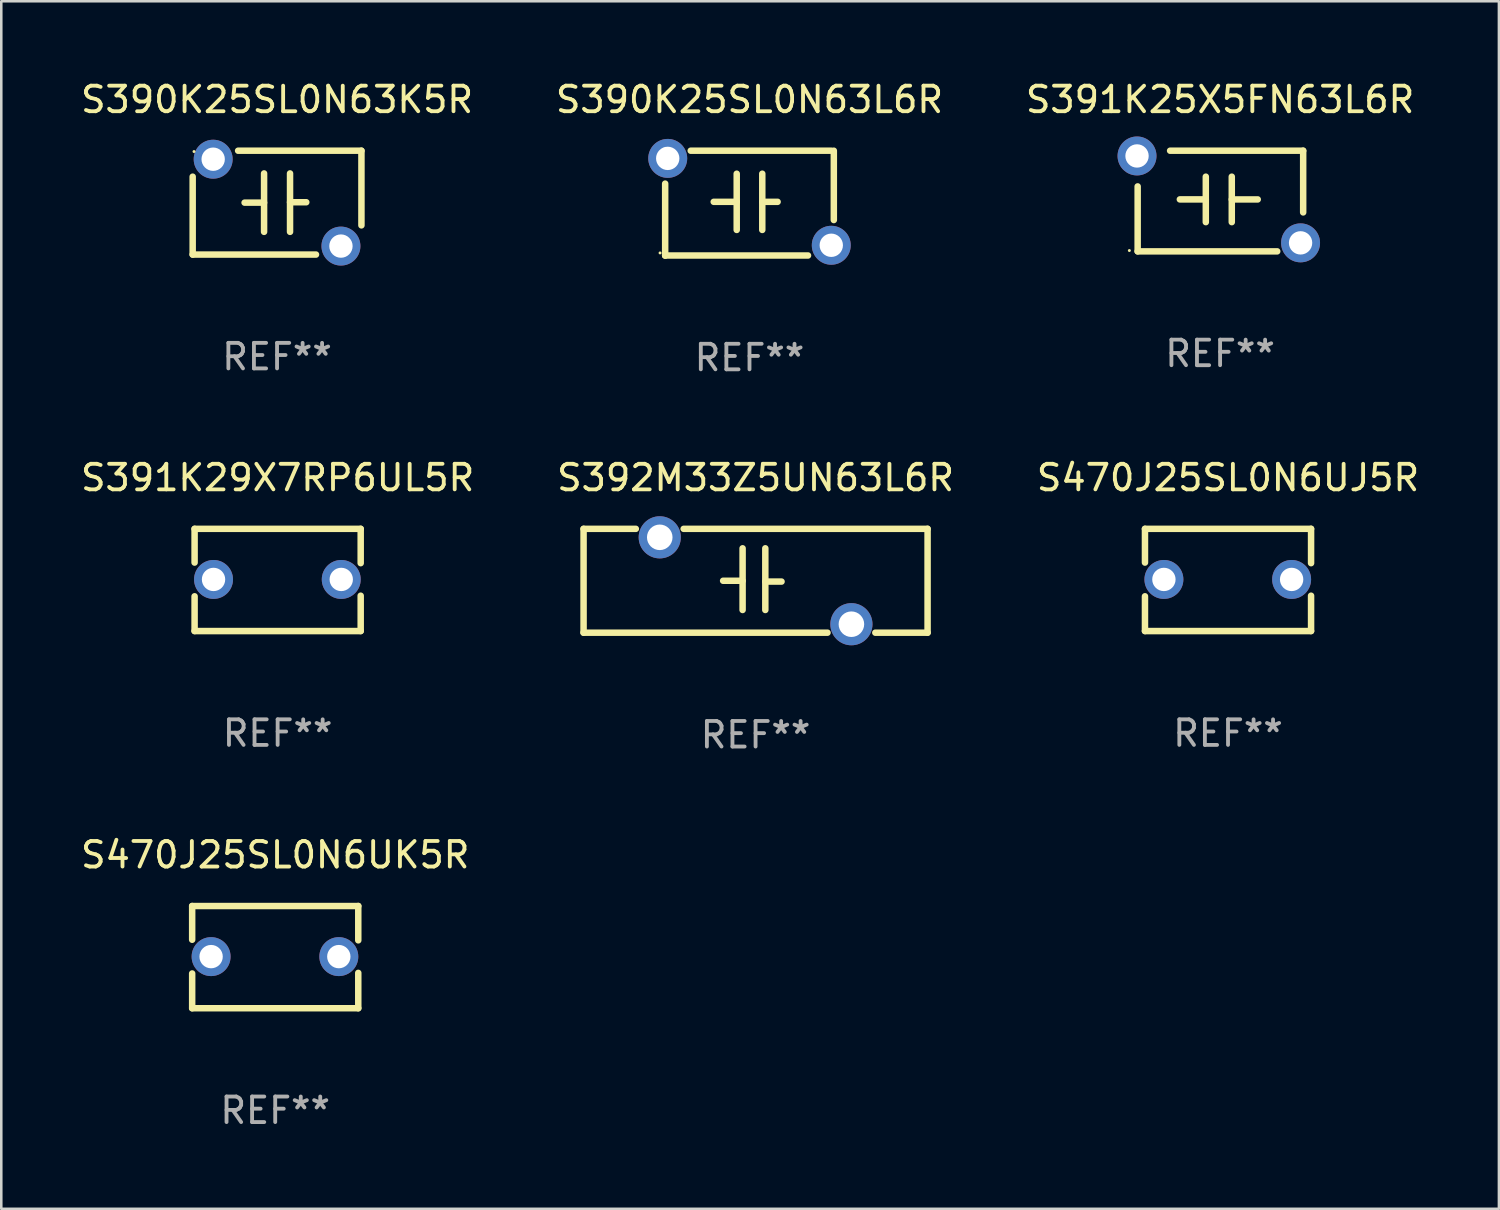
<source format=kicad_pcb>
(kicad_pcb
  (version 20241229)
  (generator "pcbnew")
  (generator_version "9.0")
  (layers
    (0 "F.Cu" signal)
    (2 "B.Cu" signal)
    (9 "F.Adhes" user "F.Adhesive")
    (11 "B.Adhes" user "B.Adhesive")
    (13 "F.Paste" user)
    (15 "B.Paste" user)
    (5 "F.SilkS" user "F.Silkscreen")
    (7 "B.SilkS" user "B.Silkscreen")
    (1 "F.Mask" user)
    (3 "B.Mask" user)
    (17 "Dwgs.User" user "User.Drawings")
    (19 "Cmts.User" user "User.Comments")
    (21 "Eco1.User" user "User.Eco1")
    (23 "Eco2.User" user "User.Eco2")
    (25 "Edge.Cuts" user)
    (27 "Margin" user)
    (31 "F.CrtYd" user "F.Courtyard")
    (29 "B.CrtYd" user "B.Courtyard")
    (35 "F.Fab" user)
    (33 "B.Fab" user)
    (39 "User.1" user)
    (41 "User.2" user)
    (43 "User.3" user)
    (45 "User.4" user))
  (footprint "S390K25SL0N63L6R"
    (layer "F.Cu")
    (at 26.28 4.898)
    (property "Reference" "S390K25SL0N63L6R" (at 0 -4.05 0) (layer "F.SilkS") (effects (font (size 1 1) (thickness 0.15))))
    (attr through_hole)
    (fp_line (start -3.3 2.05) (end -3.3 -0.762) (stroke (width 0.254) (type solid)) (layer "F.SilkS"))
    (fp_line (start -3.3 2.05) (end -3.3 2.05) (stroke (width 0.254) (type solid)) (layer "F.SilkS"))
    (fp_line (start -3.2 -2.05) (end -3.3 -2.05) (stroke (width 0.254) (type solid)) (layer "F.SilkS"))
    (fp_line (start -2.3 -2.05) (end 3.2 -2.05) (stroke (width 0.254) (type solid)) (layer "F.SilkS"))
    (fp_line (start -1.4 -0.05) (end -0.5 -0.05) (stroke (width 0.254) (type solid)) (layer "F.SilkS"))
    (fp_line (start -0.5 -1.15) (end -0.5 1.05) (stroke (width 0.254) (type solid)) (layer "F.SilkS"))
    (fp_line (start 0.5 -1.15) (end 0.5 1.05) (stroke (width 0.254) (type solid)) (layer "F.SilkS"))
    (fp_line (start 1.1 -0.05) (end 0.5 -0.05) (stroke (width 0.254) (type solid)) (layer "F.SilkS"))
    (fp_line (start 2.29 2.05) (end -3.3 2.05) (stroke (width 0.254) (type solid)) (layer "F.SilkS"))
    (fp_line (start 3.3 -2.05) (end 3.3 0.662) (stroke (width 0.254) (type solid)) (layer "F.SilkS"))
    (fp_circle (center -3.5 1.95) (end -3.47 1.95) (stroke (width 0.06) (type solid)) (fill no) (layer "F.SilkS"))
    (fp_text user "REF**" (at 0 6.05 0) (layer "F.Fab") (effects (font (size 1 1) (thickness 0.15))))
    (pad "1" thru_hole circle (at -3.2 -1.75) (size 1.524 1.524) (drill 0.914) (layers "*.Cu" "*.Mask"))
    (pad "2" thru_hole circle (at 3.2 1.65) (size 1.524 1.524) (drill 0.914) (layers "*.Cu" "*.Mask")))
  (footprint "S391K29X7RP6UL5R"
    (layer "F.Cu")
    (at 7.815 19.645)
    (property "Reference" "S391K29X7RP6UL5R" (at 0 -4 0) (layer "F.SilkS") (effects (font (size 1 1) (thickness 0.15))))
    (attr through_hole)
    (fp_line (start -3.25 -2) (end -3.25 -0.68) (stroke (width 0.254) (type solid)) (layer "F.SilkS"))
    (fp_line (start -3.25 -2) (end 3.25 -2) (stroke (width 0.254) (type solid)) (layer "F.SilkS"))
    (fp_line (start -3.25 0.64) (end -3.25 2) (stroke (width 0.254) (type solid)) (layer "F.SilkS"))
    (fp_line (start 3.25 -2) (end 3.25 -0.657) (stroke (width 0.254) (type solid)) (layer "F.SilkS"))
    (fp_line (start 3.25 0.617) (end 3.25 2) (stroke (width 0.254) (type solid)) (layer "F.SilkS"))
    (fp_line (start 3.25 2) (end -3.25 2) (stroke (width 0.254) (type solid)) (layer "F.SilkS"))
    (fp_circle (center -3.26 1.98) (end -3.23 1.98) (stroke (width 0.06) (type solid)) (fill no) (layer "F.SilkS"))
    (fp_text user "REF**" (at 0 6 0) (layer "F.Fab") (effects (font (size 1 1) (thickness 0.15))))
    (pad "1" thru_hole circle (at -2.509 -0.02) (size 1.524 1.524) (drill 0.914) (layers "*.Cu" "*.Mask"))
    (pad "2" thru_hole circle (at 2.489 -0.02) (size 1.524 1.524) (drill 0.914) (layers "*.Cu" "*.Mask")))
  (footprint "S470J25SL0N6UK5R"
    (layer "F.Cu")
    (at 7.72 34.405)
    (property "Reference" "S470J25SL0N6UK5R" (at 0 -4 0) (layer "F.SilkS") (effects (font (size 1 1) (thickness 0.15))))
    (attr through_hole)
    (fp_line (start -3.25 -2) (end -3.25 -0.68) (stroke (width 0.254) (type solid)) (layer "F.SilkS"))
    (fp_line (start -3.25 -2) (end 3.25 -2) (stroke (width 0.254) (type solid)) (layer "F.SilkS"))
    (fp_line (start -3.25 0.64) (end -3.25 2) (stroke (width 0.254) (type solid)) (layer "F.SilkS"))
    (fp_line (start 3.25 -2) (end 3.25 -0.657) (stroke (width 0.254) (type solid)) (layer "F.SilkS"))
    (fp_line (start 3.25 0.617) (end 3.25 2) (stroke (width 0.254) (type solid)) (layer "F.SilkS"))
    (fp_line (start 3.25 2) (end -3.25 2) (stroke (width 0.254) (type solid)) (layer "F.SilkS"))
    (fp_circle (center -3.26 1.98) (end -3.23 1.98) (stroke (width 0.06) (type solid)) (fill no) (layer "F.SilkS"))
    (fp_text user "REF**" (at 0 6 0) (layer "F.Fab") (effects (font (size 1 1) (thickness 0.15))))
    (pad "1" thru_hole circle (at -2.509 -0.02) (size 1.524 1.524) (drill 0.914) (layers "*.Cu" "*.Mask"))
    (pad "2" thru_hole circle (at 2.489 -0.02) (size 1.524 1.524) (drill 0.914) (layers "*.Cu" "*.Mask")))
  (footprint "S391K25X5FN63L6R"
    (layer "F.Cu")
    (at 44.696 4.817)
    (property "Reference" "S391K25X5FN63L6R" (at 0 -3.969 0) (layer "F.SilkS") (effects (font (size 1 1) (thickness 0.15))))
    (attr through_hole)
    (fp_line (start -3.226 1.969) (end -3.226 -0.572) (stroke (width 0.254) (type solid)) (layer "F.SilkS"))
    (fp_line (start -0.559 -0.064) (end -1.575 -0.064) (stroke (width 0.254) (type solid)) (layer "F.SilkS"))
    (fp_line (start -0.559 0.826) (end -0.559 -0.953) (stroke (width 0.254) (type solid)) (layer "F.SilkS"))
    (fp_line (start 0.457 -0.953) (end 0.457 0.826) (stroke (width 0.254) (type solid)) (layer "F.SilkS"))
    (fp_line (start 0.457 -0.063) (end 1.473 -0.063) (stroke (width 0.254) (type solid)) (layer "F.SilkS"))
    (fp_line (start 2.235 1.969) (end -3.226 1.969) (stroke (width 0.254) (type solid)) (layer "F.SilkS"))
    (fp_line (start 3.251 -1.969) (end -1.956 -1.969) (stroke (width 0.254) (type solid)) (layer "F.SilkS"))
    (fp_line (start 3.251 -1.969) (end 3.251 0.445) (stroke (width 0.254) (type solid)) (layer "F.SilkS"))
    (fp_circle (center -3.551 1.937) (end -3.521 1.937) (stroke (width 0.06) (type solid)) (fill no) (layer "F.SilkS"))
    (fp_text user "REF**" (at 0 5.969 0) (layer "F.Fab") (effects (font (size 1 1) (thickness 0.15))))
    (pad "1" thru_hole circle (at -3.251 -1.764) (size 1.524 1.524) (drill 0.914) (layers "*.Cu" "*.Mask"))
    (pad "2" thru_hole circle (at 3.149 1.637) (size 1.524 1.524) (drill 0.914) (layers "*.Cu" "*.Mask")))
  (footprint "S470J25SL0N6UJ5R"
    (layer "F.Cu")
    (at 45.006 19.645)
    (property "Reference" "S470J25SL0N6UJ5R" (at 0 -4 0) (layer "F.SilkS") (effects (font (size 1 1) (thickness 0.15))))
    (attr through_hole)
    (fp_line (start -3.25 -2) (end -3.25 -0.68) (stroke (width 0.254) (type solid)) (layer "F.SilkS"))
    (fp_line (start -3.25 -2) (end 3.25 -2) (stroke (width 0.254) (type solid)) (layer "F.SilkS"))
    (fp_line (start -3.25 0.64) (end -3.25 2) (stroke (width 0.254) (type solid)) (layer "F.SilkS"))
    (fp_line (start 3.25 -2) (end 3.25 -0.657) (stroke (width 0.254) (type solid)) (layer "F.SilkS"))
    (fp_line (start 3.25 0.617) (end 3.25 2) (stroke (width 0.254) (type solid)) (layer "F.SilkS"))
    (fp_line (start 3.25 2) (end -3.25 2) (stroke (width 0.254) (type solid)) (layer "F.SilkS"))
    (fp_circle (center -3.26 1.98) (end -3.23 1.98) (stroke (width 0.06) (type solid)) (fill no) (layer "F.SilkS"))
    (fp_text user "REF**" (at 0 6 0) (layer "F.Fab") (effects (font (size 1 1) (thickness 0.15))))
    (pad "1" thru_hole circle (at -2.509 -0.02) (size 1.524 1.524) (drill 0.914) (layers "*.Cu" "*.Mask"))
    (pad "2" thru_hole circle (at 2.489 -0.02) (size 1.524 1.524) (drill 0.914) (layers "*.Cu" "*.Mask")))
  (footprint "S392M33Z5UN63L6R"
    (layer "F.Cu")
    (at 26.518 19.677)
    (property "Reference" "S392M33Z5UN63L6R" (at 0 -4.032 0) (layer "F.SilkS") (effects (font (size 1 1) (thickness 0.15))))
    (attr through_hole)
    (fp_line (start -6.731 -2.032) (end -4.686 -2.032) (stroke (width 0.254) (type solid)) (layer "F.SilkS"))
    (fp_line (start -6.731 2.032) (end -6.731 -2.032) (stroke (width 0.254) (type solid)) (layer "F.SilkS"))
    (fp_line (start -2.814 -2.032) (end 6.731 -2.032) (stroke (width 0.254) (type solid)) (layer "F.SilkS"))
    (fp_line (start -1.27 0) (end -0.508 0) (stroke (width 0.254) (type solid)) (layer "F.SilkS"))
    (fp_line (start -0.508 1.143) (end -0.508 -1.27) (stroke (width 0.254) (type solid)) (layer "F.SilkS"))
    (fp_line (start 0.381 0.032) (end 1.016 0.032) (stroke (width 0.254) (type solid)) (layer "F.SilkS"))
    (fp_line (start 0.381 1.143) (end 0.381 -1.27) (stroke (width 0.254) (type solid)) (layer "F.SilkS"))
    (fp_line (start 2.814 2.032) (end -6.731 2.032) (stroke (width 0.254) (type solid)) (layer "F.SilkS"))
    (fp_line (start 6.731 -2.032) (end 6.731 2.032) (stroke (width 0.254) (type solid)) (layer "F.SilkS"))
    (fp_line (start 6.731 2.032) (end 4.686 2.032) (stroke (width 0.254) (type solid)) (layer "F.SilkS"))
    (fp_circle (center -6.75 -2) (end -6.72 -2) (stroke (width 0.06) (type solid)) (fill no) (layer "F.SilkS"))
    (fp_text user "REF**" (at 0 6.032 0) (layer "F.Fab") (effects (font (size 1 1) (thickness 0.15))))
    (pad "1" thru_hole circle (at -3.75 -1.7) (size 1.65 1.65) (drill 1) (layers "*.Cu" "*.Mask"))
    (pad "2" thru_hole circle (at 3.75 1.7) (size 1.65 1.65) (drill 1) (layers "*.Cu" "*.Mask")))
  (footprint "S390K25SL0N63K5R"
    (layer "F.Cu")
    (at 7.792 4.88)
    (property "Reference" "S390K25SL0N63K5R" (at 0 -4.032 0) (layer "F.SilkS") (effects (font (size 1 1) (thickness 0.15))))
    (attr through_hole)
    (fp_line (start -3.302 2.032) (end -3.302 -1.016) (stroke (width 0.254) (type solid)) (layer "F.SilkS"))
    (fp_line (start -3.302 2.032) (end 1.524 2.032) (stroke (width 0.254) (type solid)) (layer "F.SilkS"))
    (fp_line (start -1.524 -2.032) (end 3.302 -2.032) (stroke (width 0.254) (type solid)) (layer "F.SilkS"))
    (fp_line (start -1.27 0) (end -0.508 0) (stroke (width 0.254) (type solid)) (layer "F.SilkS"))
    (fp_line (start -0.508 1.143) (end -0.508 -1.143) (stroke (width 0.254) (type solid)) (layer "F.SilkS"))
    (fp_line (start 0.508 -0.016) (end 1.143 -0.016) (stroke (width 0.254) (type solid)) (layer "F.SilkS"))
    (fp_line (start 0.508 1.143) (end 0.508 -1.143) (stroke (width 0.254) (type solid)) (layer "F.SilkS"))
    (fp_line (start 3.302 -2.032) (end 3.302 0.889) (stroke (width 0.254) (type solid)) (layer "F.SilkS"))
    (fp_circle (center -3.25 -2) (end -3.22 -2) (stroke (width 0.06) (type solid)) (fill no) (layer "F.SilkS"))
    (fp_text user "REF**" (at 0 6.032 0) (layer "F.Fab") (effects (font (size 1 1) (thickness 0.15))))
    (pad "1" thru_hole circle (at -2.5 -1.7) (size 1.524 1.524) (drill 0.914) (layers "*.Cu" "*.Mask"))
    (pad "2" thru_hole circle (at 2.5 1.7) (size 1.524 1.524) (drill 0.914) (layers "*.Cu" "*.Mask")))
  (gr_rect
    (start -3 -3)
    (end 55.607 44.254)
    (stroke (width 0.1) (type default))
    (fill no)
    (layer "Edge.Cuts")))
</source>
